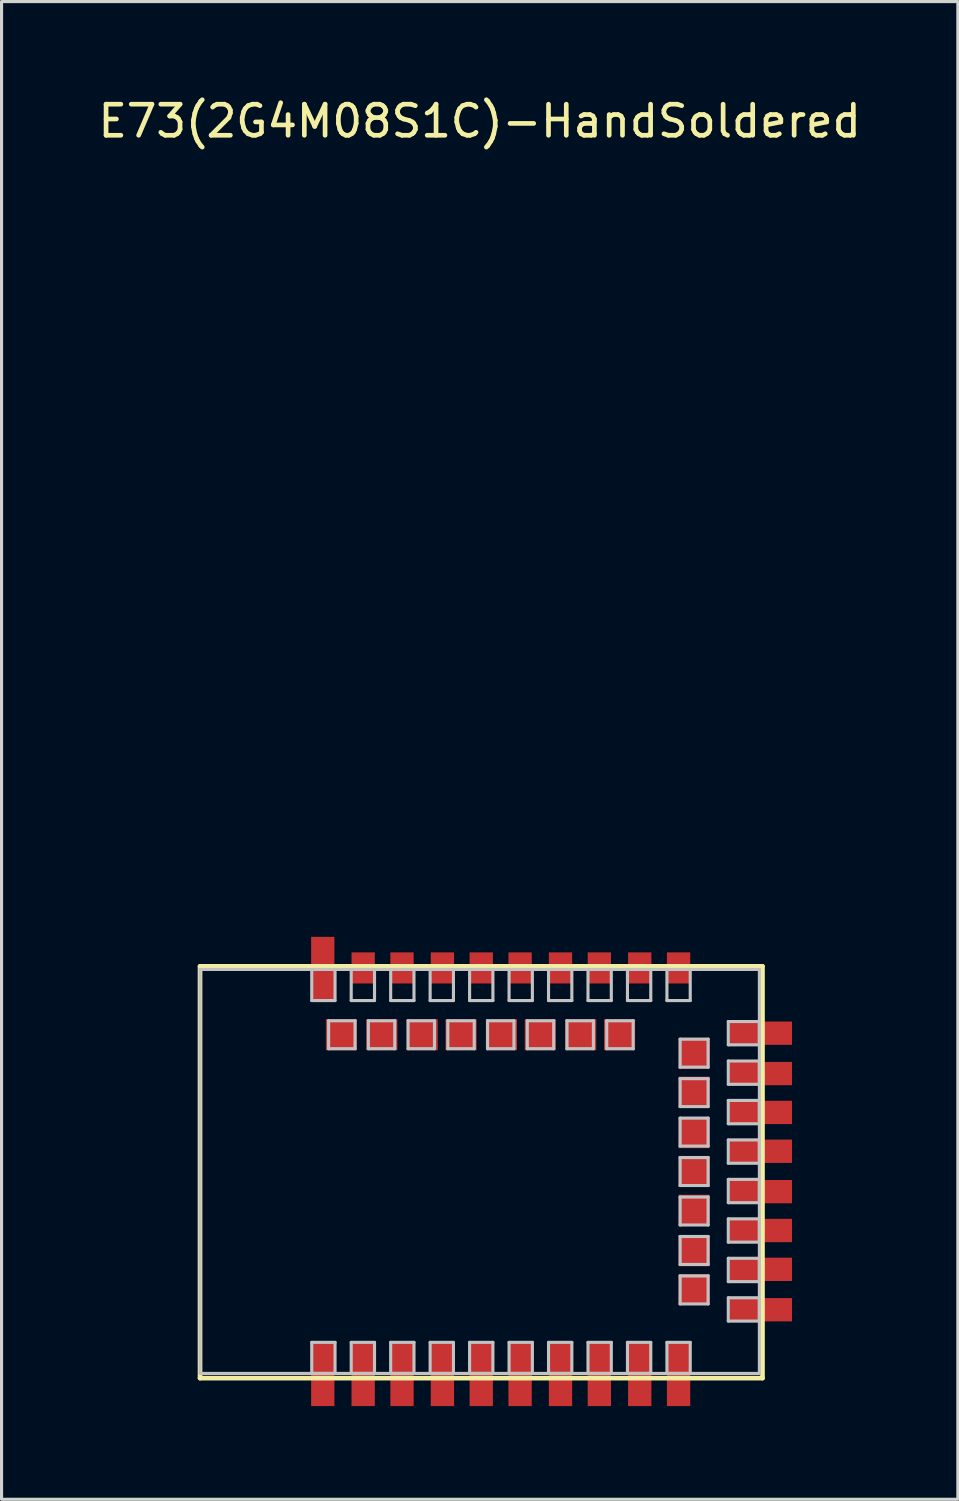
<source format=kicad_pcb>
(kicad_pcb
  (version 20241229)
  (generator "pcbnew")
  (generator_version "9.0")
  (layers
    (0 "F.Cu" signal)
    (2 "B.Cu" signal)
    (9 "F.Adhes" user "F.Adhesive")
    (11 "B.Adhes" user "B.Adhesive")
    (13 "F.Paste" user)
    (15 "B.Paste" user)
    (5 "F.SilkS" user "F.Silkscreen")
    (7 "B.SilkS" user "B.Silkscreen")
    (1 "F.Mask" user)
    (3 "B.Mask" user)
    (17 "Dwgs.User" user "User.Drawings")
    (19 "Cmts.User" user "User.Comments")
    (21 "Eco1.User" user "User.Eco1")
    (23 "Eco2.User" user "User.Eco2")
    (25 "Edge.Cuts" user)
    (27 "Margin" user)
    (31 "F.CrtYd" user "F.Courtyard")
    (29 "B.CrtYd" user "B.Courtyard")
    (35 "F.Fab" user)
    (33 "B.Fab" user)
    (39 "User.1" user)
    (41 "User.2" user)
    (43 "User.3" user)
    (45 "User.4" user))
  (footprint "E73(2G4M08S1C)-HandSoldered"
    (layer "F.Cu")
    (at 13.087 34.648)
    (property "Reference" "E73(2G4M08S1C)-HandSoldered" (at -0.7 -33.8 0) (layer "F.SilkS") (effects (font (size 1 1) (thickness 0.15))))
    (attr through_hole)
    (fp_line (start -9.7 -6.6) (end 8.4 -6.6) (stroke (width 0.15) (type solid)) (layer "F.SilkS"))
    (fp_line (start -9.7 6.65) (end -9.7 -6.6) (stroke (width 0.15) (type solid)) (layer "F.SilkS"))
    (fp_line (start 8.4 -6.6) (end 8.4 6.65) (stroke (width 0.15) (type solid)) (layer "F.SilkS"))
    (fp_line (start 8.4 6.65) (end -9.7 6.65) (stroke (width 0.15) (type solid)) (layer "F.SilkS"))
    (fp_line (start -9.7 -6.5) (end 8.3 -6.5) (stroke (width 0.1) (type solid)) (layer "Dwgs.User"))
    (fp_line (start -9.7 6.5) (end -9.7 -6.5) (stroke (width 0.1) (type solid)) (layer "Dwgs.User"))
    (fp_line (start -6.105 -6.5) (end -5.355 -6.5) (stroke (width 0.1) (type solid)) (layer "Dwgs.User"))
    (fp_line (start -6.105 -5.5) (end -6.105 -6.5) (stroke (width 0.1) (type solid)) (layer "Dwgs.User"))
    (fp_line (start -6.105 5.5) (end -5.355 5.5) (stroke (width 0.1) (type solid)) (layer "Dwgs.User"))
    (fp_line (start -6.105 6.5) (end -6.105 5.5) (stroke (width 0.1) (type solid)) (layer "Dwgs.User"))
    (fp_line (start -5.562 -4.85) (end -5.562 -3.95) (stroke (width 0.1) (type solid)) (layer "Dwgs.User"))
    (fp_line (start -5.562 -3.95) (end -4.712 -3.95) (stroke (width 0.1) (type solid)) (layer "Dwgs.User"))
    (fp_line (start -5.355 -6.5) (end -5.355 -5.5) (stroke (width 0.1) (type solid)) (layer "Dwgs.User"))
    (fp_line (start -5.355 -5.5) (end -6.105 -5.5) (stroke (width 0.1) (type solid)) (layer "Dwgs.User"))
    (fp_line (start -5.355 5.5) (end -5.355 6.5) (stroke (width 0.1) (type solid)) (layer "Dwgs.User"))
    (fp_line (start -5.355 6.5) (end -6.105 6.5) (stroke (width 0.1) (type solid)) (layer "Dwgs.User"))
    (fp_line (start -4.835 -6.5) (end -4.085 -6.5) (stroke (width 0.1) (type solid)) (layer "Dwgs.User"))
    (fp_line (start -4.835 -5.5) (end -4.835 -6.5) (stroke (width 0.1) (type solid)) (layer "Dwgs.User"))
    (fp_line (start -4.835 5.5) (end -4.835 6.5) (stroke (width 0.1) (type solid)) (layer "Dwgs.User"))
    (fp_line (start -4.835 6.5) (end -4.085 6.5) (stroke (width 0.1) (type solid)) (layer "Dwgs.User"))
    (fp_line (start -4.712 -4.85) (end -5.562 -4.85) (stroke (width 0.1) (type solid)) (layer "Dwgs.User"))
    (fp_line (start -4.712 -3.95) (end -4.712 -4.85) (stroke (width 0.1) (type solid)) (layer "Dwgs.User"))
    (fp_line (start -4.283 -4.85) (end -3.433 -4.85) (stroke (width 0.1) (type solid)) (layer "Dwgs.User"))
    (fp_line (start -4.283 -3.95) (end -4.283 -4.85) (stroke (width 0.1) (type solid)) (layer "Dwgs.User"))
    (fp_line (start -4.085 -6.5) (end -4.085 -5.5) (stroke (width 0.1) (type solid)) (layer "Dwgs.User"))
    (fp_line (start -4.085 -5.5) (end -4.835 -5.5) (stroke (width 0.1) (type solid)) (layer "Dwgs.User"))
    (fp_line (start -4.085 5.5) (end -4.835 5.5) (stroke (width 0.1) (type solid)) (layer "Dwgs.User"))
    (fp_line (start -4.085 6.5) (end -4.085 5.5) (stroke (width 0.1) (type solid)) (layer "Dwgs.User"))
    (fp_line (start -3.565 -6.5) (end -2.815 -6.5) (stroke (width 0.1) (type solid)) (layer "Dwgs.User"))
    (fp_line (start -3.565 -5.5) (end -3.565 -6.5) (stroke (width 0.1) (type solid)) (layer "Dwgs.User"))
    (fp_line (start -3.565 5.5) (end -3.565 6.5) (stroke (width 0.1) (type solid)) (layer "Dwgs.User"))
    (fp_line (start -3.565 6.5) (end -2.815 6.5) (stroke (width 0.1) (type solid)) (layer "Dwgs.User"))
    (fp_line (start -3.433 -4.85) (end -3.433 -3.95) (stroke (width 0.1) (type solid)) (layer "Dwgs.User"))
    (fp_line (start -3.433 -3.95) (end -4.283 -3.95) (stroke (width 0.1) (type solid)) (layer "Dwgs.User"))
    (fp_line (start -3.005 -4.85) (end -2.155 -4.85) (stroke (width 0.1) (type solid)) (layer "Dwgs.User"))
    (fp_line (start -3.005 -3.95) (end -3.005 -4.85) (stroke (width 0.1) (type solid)) (layer "Dwgs.User"))
    (fp_line (start -2.815 -6.5) (end -2.815 -5.5) (stroke (width 0.1) (type solid)) (layer "Dwgs.User"))
    (fp_line (start -2.815 -5.5) (end -3.565 -5.5) (stroke (width 0.1) (type solid)) (layer "Dwgs.User"))
    (fp_line (start -2.815 5.5) (end -3.565 5.5) (stroke (width 0.1) (type solid)) (layer "Dwgs.User"))
    (fp_line (start -2.815 6.5) (end -2.815 5.5) (stroke (width 0.1) (type solid)) (layer "Dwgs.User"))
    (fp_line (start -2.295 -6.5) (end -1.545 -6.5) (stroke (width 0.1) (type solid)) (layer "Dwgs.User"))
    (fp_line (start -2.295 -5.5) (end -2.295 -6.5) (stroke (width 0.1) (type solid)) (layer "Dwgs.User"))
    (fp_line (start -2.295 5.5) (end -2.295 6.5) (stroke (width 0.1) (type solid)) (layer "Dwgs.User"))
    (fp_line (start -2.295 6.5) (end -1.545 6.5) (stroke (width 0.1) (type solid)) (layer "Dwgs.User"))
    (fp_line (start -2.155 -4.85) (end -2.155 -3.95) (stroke (width 0.1) (type solid)) (layer "Dwgs.User"))
    (fp_line (start -2.155 -3.95) (end -3.005 -3.95) (stroke (width 0.1) (type solid)) (layer "Dwgs.User"))
    (fp_line (start -1.726 -4.85) (end -0.876 -4.85) (stroke (width 0.1) (type solid)) (layer "Dwgs.User"))
    (fp_line (start -1.726 -3.95) (end -1.726 -4.85) (stroke (width 0.1) (type solid)) (layer "Dwgs.User"))
    (fp_line (start -1.545 -6.5) (end -1.545 -5.5) (stroke (width 0.1) (type solid)) (layer "Dwgs.User"))
    (fp_line (start -1.545 -5.5) (end -2.295 -5.5) (stroke (width 0.1) (type solid)) (layer "Dwgs.User"))
    (fp_line (start -1.545 5.5) (end -2.295 5.5) (stroke (width 0.1) (type solid)) (layer "Dwgs.User"))
    (fp_line (start -1.545 6.5) (end -1.545 5.5) (stroke (width 0.1) (type solid)) (layer "Dwgs.User"))
    (fp_line (start -1.025 -6.5) (end -0.275 -6.5) (stroke (width 0.1) (type solid)) (layer "Dwgs.User"))
    (fp_line (start -1.025 -5.5) (end -1.025 -6.5) (stroke (width 0.1) (type solid)) (layer "Dwgs.User"))
    (fp_line (start -1.025 5.5) (end -1.025 6.5) (stroke (width 0.1) (type solid)) (layer "Dwgs.User"))
    (fp_line (start -1.025 6.5) (end -0.275 6.5) (stroke (width 0.1) (type solid)) (layer "Dwgs.User"))
    (fp_line (start -0.876 -4.85) (end -0.876 -3.95) (stroke (width 0.1) (type solid)) (layer "Dwgs.User"))
    (fp_line (start -0.876 -3.95) (end -1.726 -3.95) (stroke (width 0.1) (type solid)) (layer "Dwgs.User"))
    (fp_line (start -0.448 -4.85) (end 0.402 -4.85) (stroke (width 0.1) (type solid)) (layer "Dwgs.User"))
    (fp_line (start -0.448 -3.95) (end -0.448 -4.85) (stroke (width 0.1) (type solid)) (layer "Dwgs.User"))
    (fp_line (start -0.275 -6.5) (end -0.275 -5.5) (stroke (width 0.1) (type solid)) (layer "Dwgs.User"))
    (fp_line (start -0.275 -5.5) (end -1.025 -5.5) (stroke (width 0.1) (type solid)) (layer "Dwgs.User"))
    (fp_line (start -0.275 5.5) (end -1.025 5.5) (stroke (width 0.1) (type solid)) (layer "Dwgs.User"))
    (fp_line (start -0.275 6.5) (end -0.275 5.5) (stroke (width 0.1) (type solid)) (layer "Dwgs.User"))
    (fp_line (start 0.245 -6.5) (end 0.995 -6.5) (stroke (width 0.1) (type solid)) (layer "Dwgs.User"))
    (fp_line (start 0.245 -5.5) (end 0.245 -6.5) (stroke (width 0.1) (type solid)) (layer "Dwgs.User"))
    (fp_line (start 0.245 5.5) (end 0.245 6.5) (stroke (width 0.1) (type solid)) (layer "Dwgs.User"))
    (fp_line (start 0.245 6.5) (end 0.995 6.5) (stroke (width 0.1) (type solid)) (layer "Dwgs.User"))
    (fp_line (start 0.402 -4.85) (end 0.402 -3.95) (stroke (width 0.1) (type solid)) (layer "Dwgs.User"))
    (fp_line (start 0.402 -3.95) (end -0.448 -3.95) (stroke (width 0.1) (type solid)) (layer "Dwgs.User"))
    (fp_line (start 0.831 -4.85) (end 1.681 -4.85) (stroke (width 0.1) (type solid)) (layer "Dwgs.User"))
    (fp_line (start 0.831 -3.95) (end 0.831 -4.85) (stroke (width 0.1) (type solid)) (layer "Dwgs.User"))
    (fp_line (start 0.995 -6.5) (end 0.995 -5.5) (stroke (width 0.1) (type solid)) (layer "Dwgs.User"))
    (fp_line (start 0.995 -5.5) (end 0.245 -5.5) (stroke (width 0.1) (type solid)) (layer "Dwgs.User"))
    (fp_line (start 0.995 5.5) (end 0.245 5.5) (stroke (width 0.1) (type solid)) (layer "Dwgs.User"))
    (fp_line (start 0.995 6.5) (end 0.995 5.5) (stroke (width 0.1) (type solid)) (layer "Dwgs.User"))
    (fp_line (start 1.515 -6.5) (end 2.265 -6.5) (stroke (width 0.1) (type solid)) (layer "Dwgs.User"))
    (fp_line (start 1.515 -5.5) (end 1.515 -6.5) (stroke (width 0.1) (type solid)) (layer "Dwgs.User"))
    (fp_line (start 1.515 5.5) (end 1.515 6.5) (stroke (width 0.1) (type solid)) (layer "Dwgs.User"))
    (fp_line (start 1.515 6.5) (end 2.265 6.5) (stroke (width 0.1) (type solid)) (layer "Dwgs.User"))
    (fp_line (start 1.681 -4.85) (end 1.681 -3.95) (stroke (width 0.1) (type solid)) (layer "Dwgs.User"))
    (fp_line (start 1.681 -3.95) (end 0.831 -3.95) (stroke (width 0.1) (type solid)) (layer "Dwgs.User"))
    (fp_line (start 2.109 -4.85) (end 2.959 -4.85) (stroke (width 0.1) (type solid)) (layer "Dwgs.User"))
    (fp_line (start 2.109 -3.95) (end 2.109 -4.85) (stroke (width 0.1) (type solid)) (layer "Dwgs.User"))
    (fp_line (start 2.265 -6.5) (end 2.265 -5.5) (stroke (width 0.1) (type solid)) (layer "Dwgs.User"))
    (fp_line (start 2.265 -5.5) (end 1.515 -5.5) (stroke (width 0.1) (type solid)) (layer "Dwgs.User"))
    (fp_line (start 2.265 5.5) (end 1.515 5.5) (stroke (width 0.1) (type solid)) (layer "Dwgs.User"))
    (fp_line (start 2.265 6.5) (end 2.265 5.5) (stroke (width 0.1) (type solid)) (layer "Dwgs.User"))
    (fp_line (start 2.785 -6.5) (end 3.535 -6.5) (stroke (width 0.1) (type solid)) (layer "Dwgs.User"))
    (fp_line (start 2.785 -5.5) (end 2.785 -6.5) (stroke (width 0.1) (type solid)) (layer "Dwgs.User"))
    (fp_line (start 2.785 5.5) (end 2.785 6.5) (stroke (width 0.1) (type solid)) (layer "Dwgs.User"))
    (fp_line (start 2.785 6.5) (end 3.535 6.5) (stroke (width 0.1) (type solid)) (layer "Dwgs.User"))
    (fp_line (start 2.959 -4.85) (end 2.959 -3.95) (stroke (width 0.1) (type solid)) (layer "Dwgs.User"))
    (fp_line (start 2.959 -3.95) (end 2.109 -3.95) (stroke (width 0.1) (type solid)) (layer "Dwgs.User"))
    (fp_line (start 3.388 -4.85) (end 4.238 -4.85) (stroke (width 0.1) (type solid)) (layer "Dwgs.User"))
    (fp_line (start 3.388 -3.95) (end 3.388 -4.85) (stroke (width 0.1) (type solid)) (layer "Dwgs.User"))
    (fp_line (start 3.535 -6.5) (end 3.535 -5.5) (stroke (width 0.1) (type solid)) (layer "Dwgs.User"))
    (fp_line (start 3.535 -5.5) (end 2.785 -5.5) (stroke (width 0.1) (type solid)) (layer "Dwgs.User"))
    (fp_line (start 3.535 5.5) (end 2.785 5.5) (stroke (width 0.1) (type solid)) (layer "Dwgs.User"))
    (fp_line (start 3.535 6.5) (end 3.535 5.5) (stroke (width 0.1) (type solid)) (layer "Dwgs.User"))
    (fp_line (start 4.055 -6.5) (end 4.805 -6.5) (stroke (width 0.1) (type solid)) (layer "Dwgs.User"))
    (fp_line (start 4.055 -5.5) (end 4.055 -6.5) (stroke (width 0.1) (type solid)) (layer "Dwgs.User"))
    (fp_line (start 4.055 5.5) (end 4.055 6.5) (stroke (width 0.1) (type solid)) (layer "Dwgs.User"))
    (fp_line (start 4.055 6.5) (end 4.805 6.5) (stroke (width 0.1) (type solid)) (layer "Dwgs.User"))
    (fp_line (start 4.238 -4.85) (end 4.238 -3.95) (stroke (width 0.1) (type solid)) (layer "Dwgs.User"))
    (fp_line (start 4.238 -3.95) (end 3.388 -3.95) (stroke (width 0.1) (type solid)) (layer "Dwgs.User"))
    (fp_line (start 4.805 -6.5) (end 4.805 -5.5) (stroke (width 0.1) (type solid)) (layer "Dwgs.User"))
    (fp_line (start 4.805 -5.5) (end 4.055 -5.5) (stroke (width 0.1) (type solid)) (layer "Dwgs.User"))
    (fp_line (start 4.805 5.5) (end 4.055 5.5) (stroke (width 0.1) (type solid)) (layer "Dwgs.User"))
    (fp_line (start 4.805 6.5) (end 4.805 5.5) (stroke (width 0.1) (type solid)) (layer "Dwgs.User"))
    (fp_line (start 5.325 -6.5) (end 6.075 -6.5) (stroke (width 0.1) (type solid)) (layer "Dwgs.User"))
    (fp_line (start 5.325 -5.5) (end 5.325 -6.5) (stroke (width 0.1) (type solid)) (layer "Dwgs.User"))
    (fp_line (start 5.325 5.5) (end 5.325 6.5) (stroke (width 0.1) (type solid)) (layer "Dwgs.User"))
    (fp_line (start 5.325 6.5) (end 6.075 6.5) (stroke (width 0.1) (type solid)) (layer "Dwgs.User"))
    (fp_line (start 5.75 -4.257) (end 5.75 -3.357) (stroke (width 0.1) (type solid)) (layer "Dwgs.User"))
    (fp_line (start 5.75 -3.357) (end 6.65 -3.357) (stroke (width 0.1) (type solid)) (layer "Dwgs.User"))
    (fp_line (start 5.75 -2.987) (end 5.75 -2.087) (stroke (width 0.1) (type solid)) (layer "Dwgs.User"))
    (fp_line (start 5.75 -2.087) (end 6.65 -2.087) (stroke (width 0.1) (type solid)) (layer "Dwgs.User"))
    (fp_line (start 5.75 -1.717) (end 5.75 -0.817) (stroke (width 0.1) (type solid)) (layer "Dwgs.User"))
    (fp_line (start 5.75 -0.817) (end 6.65 -0.817) (stroke (width 0.1) (type solid)) (layer "Dwgs.User"))
    (fp_line (start 5.75 -0.447) (end 5.75 0.453) (stroke (width 0.1) (type solid)) (layer "Dwgs.User"))
    (fp_line (start 5.75 0.453) (end 6.65 0.453) (stroke (width 0.1) (type solid)) (layer "Dwgs.User"))
    (fp_line (start 5.75 0.823) (end 5.75 1.723) (stroke (width 0.1) (type solid)) (layer "Dwgs.User"))
    (fp_line (start 5.75 1.723) (end 6.65 1.723) (stroke (width 0.1) (type solid)) (layer "Dwgs.User"))
    (fp_line (start 5.75 2.093) (end 5.75 2.993) (stroke (width 0.1) (type solid)) (layer "Dwgs.User"))
    (fp_line (start 5.75 2.993) (end 6.65 2.993) (stroke (width 0.1) (type solid)) (layer "Dwgs.User"))
    (fp_line (start 5.75 3.363) (end 6.65 3.363) (stroke (width 0.1) (type solid)) (layer "Dwgs.User"))
    (fp_line (start 5.75 4.263) (end 5.75 3.363) (stroke (width 0.1) (type solid)) (layer "Dwgs.User"))
    (fp_line (start 6.075 -6.5) (end 6.075 -5.5) (stroke (width 0.1) (type solid)) (layer "Dwgs.User"))
    (fp_line (start 6.075 -5.5) (end 5.325 -5.5) (stroke (width 0.1) (type solid)) (layer "Dwgs.User"))
    (fp_line (start 6.075 5.5) (end 5.325 5.5) (stroke (width 0.1) (type solid)) (layer "Dwgs.User"))
    (fp_line (start 6.075 6.5) (end 6.075 5.5) (stroke (width 0.1) (type solid)) (layer "Dwgs.User"))
    (fp_line (start 6.65 -4.257) (end 5.75 -4.257) (stroke (width 0.1) (type solid)) (layer "Dwgs.User"))
    (fp_line (start 6.65 -3.357) (end 6.65 -4.257) (stroke (width 0.1) (type solid)) (layer "Dwgs.User"))
    (fp_line (start 6.65 -2.987) (end 5.75 -2.987) (stroke (width 0.1) (type solid)) (layer "Dwgs.User"))
    (fp_line (start 6.65 -2.087) (end 6.65 -2.987) (stroke (width 0.1) (type solid)) (layer "Dwgs.User"))
    (fp_line (start 6.65 -1.717) (end 5.75 -1.717) (stroke (width 0.1) (type solid)) (layer "Dwgs.User"))
    (fp_line (start 6.65 -0.817) (end 6.65 -1.717) (stroke (width 0.1) (type solid)) (layer "Dwgs.User"))
    (fp_line (start 6.65 -0.447) (end 5.75 -0.447) (stroke (width 0.1) (type solid)) (layer "Dwgs.User"))
    (fp_line (start 6.65 0.453) (end 6.65 -0.447) (stroke (width 0.1) (type solid)) (layer "Dwgs.User"))
    (fp_line (start 6.65 0.823) (end 5.75 0.823) (stroke (width 0.1) (type solid)) (layer "Dwgs.User"))
    (fp_line (start 6.65 1.723) (end 6.65 0.823) (stroke (width 0.1) (type solid)) (layer "Dwgs.User"))
    (fp_line (start 6.65 2.093) (end 5.75 2.093) (stroke (width 0.1) (type solid)) (layer "Dwgs.User"))
    (fp_line (start 6.65 2.993) (end 6.65 2.093) (stroke (width 0.1) (type solid)) (layer "Dwgs.User"))
    (fp_line (start 6.65 3.363) (end 6.65 4.263) (stroke (width 0.1) (type solid)) (layer "Dwgs.User"))
    (fp_line (start 6.65 4.263) (end 5.75 4.263) (stroke (width 0.1) (type solid)) (layer "Dwgs.User"))
    (fp_line (start 7.3 -4.825) (end 7.3 -4.075) (stroke (width 0.1) (type solid)) (layer "Dwgs.User"))
    (fp_line (start 7.3 -4.075) (end 8.3 -4.075) (stroke (width 0.1) (type solid)) (layer "Dwgs.User"))
    (fp_line (start 7.3 -3.555) (end 7.3 -2.805) (stroke (width 0.1) (type solid)) (layer "Dwgs.User"))
    (fp_line (start 7.3 -2.805) (end 8.3 -2.805) (stroke (width 0.1) (type solid)) (layer "Dwgs.User"))
    (fp_line (start 7.3 -2.285) (end 7.3 -1.535) (stroke (width 0.1) (type solid)) (layer "Dwgs.User"))
    (fp_line (start 7.3 -1.535) (end 8.3 -1.535) (stroke (width 0.1) (type solid)) (layer "Dwgs.User"))
    (fp_line (start 7.3 -1.015) (end 7.3 -0.265) (stroke (width 0.1) (type solid)) (layer "Dwgs.User"))
    (fp_line (start 7.3 -0.265) (end 8.3 -0.265) (stroke (width 0.1) (type solid)) (layer "Dwgs.User"))
    (fp_line (start 7.3 0.255) (end 7.3 1.005) (stroke (width 0.1) (type solid)) (layer "Dwgs.User"))
    (fp_line (start 7.3 1.005) (end 8.3 1.005) (stroke (width 0.1) (type solid)) (layer "Dwgs.User"))
    (fp_line (start 7.3 1.525) (end 7.3 2.275) (stroke (width 0.1) (type solid)) (layer "Dwgs.User"))
    (fp_line (start 7.3 2.275) (end 8.3 2.275) (stroke (width 0.1) (type solid)) (layer "Dwgs.User"))
    (fp_line (start 7.3 2.795) (end 7.3 3.545) (stroke (width 0.1) (type solid)) (layer "Dwgs.User"))
    (fp_line (start 7.3 3.545) (end 8.3 3.545) (stroke (width 0.1) (type solid)) (layer "Dwgs.User"))
    (fp_line (start 7.3 4.065) (end 8.3 4.065) (stroke (width 0.1) (type solid)) (layer "Dwgs.User"))
    (fp_line (start 7.3 4.815) (end 7.3 4.065) (stroke (width 0.1) (type solid)) (layer "Dwgs.User"))
    (fp_line (start 8.3 -6.5) (end 8.3 6.5) (stroke (width 0.1) (type solid)) (layer "Dwgs.User"))
    (fp_line (start 8.3 -4.825) (end 7.3 -4.825) (stroke (width 0.1) (type solid)) (layer "Dwgs.User"))
    (fp_line (start 8.3 -4.075) (end 8.3 -4.825) (stroke (width 0.1) (type solid)) (layer "Dwgs.User"))
    (fp_line (start 8.3 -3.555) (end 7.3 -3.555) (stroke (width 0.1) (type solid)) (layer "Dwgs.User"))
    (fp_line (start 8.3 -2.805) (end 8.3 -3.555) (stroke (width 0.1) (type solid)) (layer "Dwgs.User"))
    (fp_line (start 8.3 -2.285) (end 7.3 -2.285) (stroke (width 0.1) (type solid)) (layer "Dwgs.User"))
    (fp_line (start 8.3 -1.535) (end 8.3 -2.285) (stroke (width 0.1) (type solid)) (layer "Dwgs.User"))
    (fp_line (start 8.3 -1.015) (end 7.3 -1.015) (stroke (width 0.1) (type solid)) (layer "Dwgs.User"))
    (fp_line (start 8.3 -0.265) (end 8.3 -1.015) (stroke (width 0.1) (type solid)) (layer "Dwgs.User"))
    (fp_line (start 8.3 0.255) (end 7.3 0.255) (stroke (width 0.1) (type solid)) (layer "Dwgs.User"))
    (fp_line (start 8.3 1.005) (end 8.3 0.255) (stroke (width 0.1) (type solid)) (layer "Dwgs.User"))
    (fp_line (start 8.3 1.525) (end 7.3 1.525) (stroke (width 0.1) (type solid)) (layer "Dwgs.User"))
    (fp_line (start 8.3 2.275) (end 8.3 1.525) (stroke (width 0.1) (type solid)) (layer "Dwgs.User"))
    (fp_line (start 8.3 2.795) (end 7.3 2.795) (stroke (width 0.1) (type solid)) (layer "Dwgs.User"))
    (fp_line (start 8.3 3.545) (end 8.3 2.795) (stroke (width 0.1) (type solid)) (layer "Dwgs.User"))
    (fp_line (start 8.3 4.065) (end 8.3 4.815) (stroke (width 0.1) (type solid)) (layer "Dwgs.User"))
    (fp_line (start 8.3 4.815) (end 7.3 4.815) (stroke (width 0.1) (type solid)) (layer "Dwgs.User"))
    (fp_line (start 8.3 6.5) (end -9.7 6.5) (stroke (width 0.1) (type solid)) (layer "Dwgs.User"))
    (pad "1" smd rect (at -5.75 6.55) (size 0.75 2) (layers "F.Cu" "F.Mask" "F.Paste"))
    (pad "2" smd rect (at -4.45 6.55) (size 0.75 2) (layers "F.Cu" "F.Mask" "F.Paste"))
    (pad "3" smd rect (at -3.2 6.55) (size 0.75 2) (layers "F.Cu" "F.Mask" "F.Paste"))
    (pad "4" smd rect (at -1.9 6.55) (size 0.75 2) (layers "F.Cu" "F.Mask" "F.Paste"))
    (pad "5" smd rect (at -0.65 6.55) (size 0.75 2) (layers "F.Cu" "F.Mask" "F.Paste"))
    (pad "6" smd rect (at 0.6 6.55) (size 0.75 2) (layers "F.Cu" "F.Mask" "F.Paste"))
    (pad "7" smd rect (at 1.9 6.55) (size 0.75 2) (layers "F.Cu" "F.Mask" "F.Paste"))
    (pad "8" smd rect (at 3.15 6.55) (size 0.75 2) (layers "F.Cu" "F.Mask" "F.Paste"))
    (pad "9" smd rect (at 4.45 6.55) (size 0.75 2) (layers "F.Cu" "F.Mask" "F.Paste"))
    (pad "10" smd rect (at 5.7 6.55) (size 0.75 2) (layers "F.Cu" "F.Mask" "F.Paste"))
    (pad "11" smd rect (at 8.35 4.45) (size 2 0.75) (layers "F.Cu" "F.Mask" "F.Paste"))
    (pad "12" smd rect (at 6.2 3.8) (size 1 1) (layers "F.Cu" "F.Mask" "F.Paste"))
    (pad "13" smd rect (at 8.35 3.15) (size 2 0.75) (layers "F.Cu" "F.Mask" "F.Paste"))
    (pad "14" smd rect (at 6.2 2.55) (size 1 1) (layers "F.Cu" "F.Mask" "F.Paste"))
    (pad "15" smd rect (at 8.35 1.9) (size 2 0.75) (layers "F.Cu" "F.Mask" "F.Paste"))
    (pad "16" smd rect (at 6.2 1.25) (size 1 1) (layers "F.Cu" "F.Mask" "F.Paste"))
    (pad "17" smd rect (at 8.35 0.65) (size 2 0.75) (layers "F.Cu" "F.Mask" "F.Paste"))
    (pad "18" smd rect (at 6.2 0) (size 1 1) (layers "F.Cu" "F.Mask" "F.Paste"))
    (pad "19" smd rect (at 8.35 -0.65) (size 2 0.75) (layers "F.Cu" "F.Mask" "F.Paste"))
    (pad "20" smd rect (at 6.2 -1.25) (size 1 1) (layers "F.Cu" "F.Mask" "F.Paste"))
    (pad "21" smd rect (at 8.35 -1.9) (size 2 0.75) (layers "F.Cu" "F.Mask" "F.Paste"))
    (pad "22" smd rect (at 6.2 -2.55) (size 1 1) (layers "F.Cu" "F.Mask" "F.Paste"))
    (pad "23" smd rect (at 8.35 -3.15) (size 2 0.75) (layers "F.Cu" "F.Mask" "F.Paste"))
    (pad "24" smd rect (at 6.2 -3.8) (size 1 1) (layers "F.Cu" "F.Mask" "F.Paste"))
    (pad "25" smd rect (at 8.35 -4.45) (size 2 0.75) (layers "F.Cu" "F.Mask" "F.Paste"))
    (pad "26" smd rect (at 5.7 -6.55) (size 0.75 1) (layers "F.Cu" "F.Mask" "F.Paste"))
    (pad "27" smd rect (at 4.45 -6.55) (size 0.75 1) (layers "F.Cu" "F.Mask" "F.Paste"))
    (pad "28" smd rect (at 3.8 -4.4) (size 1 1) (layers "F.Cu" "F.Mask" "F.Paste"))
    (pad "29" smd rect (at 3.15 -6.55) (size 0.75 1) (layers "F.Cu" "F.Mask" "F.Paste"))
    (pad "30" smd rect (at 2.55 -4.4) (size 1 1) (layers "F.Cu" "F.Mask" "F.Paste"))
    (pad "31" smd rect (at 1.9 -6.55) (size 0.75 1) (layers "F.Cu" "F.Mask" "F.Paste"))
    (pad "32" smd rect (at 1.25 -4.4) (size 1 1) (layers "F.Cu" "F.Mask" "F.Paste"))
    (pad "33" smd rect (at 0.6 -6.55) (size 0.75 1) (layers "F.Cu" "F.Mask" "F.Paste"))
    (pad "34" smd rect (at 0 -4.4) (size 1 1) (layers "F.Cu" "F.Mask" "F.Paste"))
    (pad "35" smd rect (at -0.65 -6.55) (size 0.75 1) (layers "F.Cu" "F.Mask" "F.Paste"))
    (pad "36" smd rect (at -1.3 -4.4) (size 1 1) (layers "F.Cu" "F.Mask" "F.Paste"))
    (pad "37" smd rect (at -1.9 -6.55) (size 0.75 1) (layers "F.Cu" "F.Mask" "F.Paste"))
    (pad "38" smd rect (at -2.55 -4.4) (size 1 1) (layers "F.Cu" "F.Mask" "F.Paste"))
    (pad "39" smd rect (at -3.2 -6.55) (size 0.75 1) (layers "F.Cu" "F.Mask" "F.Paste"))
    (pad "40" smd rect (at -3.85 -4.4) (size 1 1) (layers "F.Cu" "F.Mask" "F.Paste"))
    (pad "41" smd rect (at -4.45 -6.55) (size 0.75 1) (layers "F.Cu" "F.Mask" "F.Paste"))
    (pad "42" smd rect (at -5.15 -4.4) (size 1 1) (layers "F.Cu" "F.Mask" "F.Paste"))
    (pad "43" smd rect (at -5.75 -6.55) (size 0.75 2) (layers "F.Cu" "F.Mask" "F.Paste")))
  (gr_rect
    (start -3 -3)
    (end 27.774 45.198)
    (stroke (width 0.1) (type default))
    (fill no)
    (layer "Edge.Cuts")))
</source>
